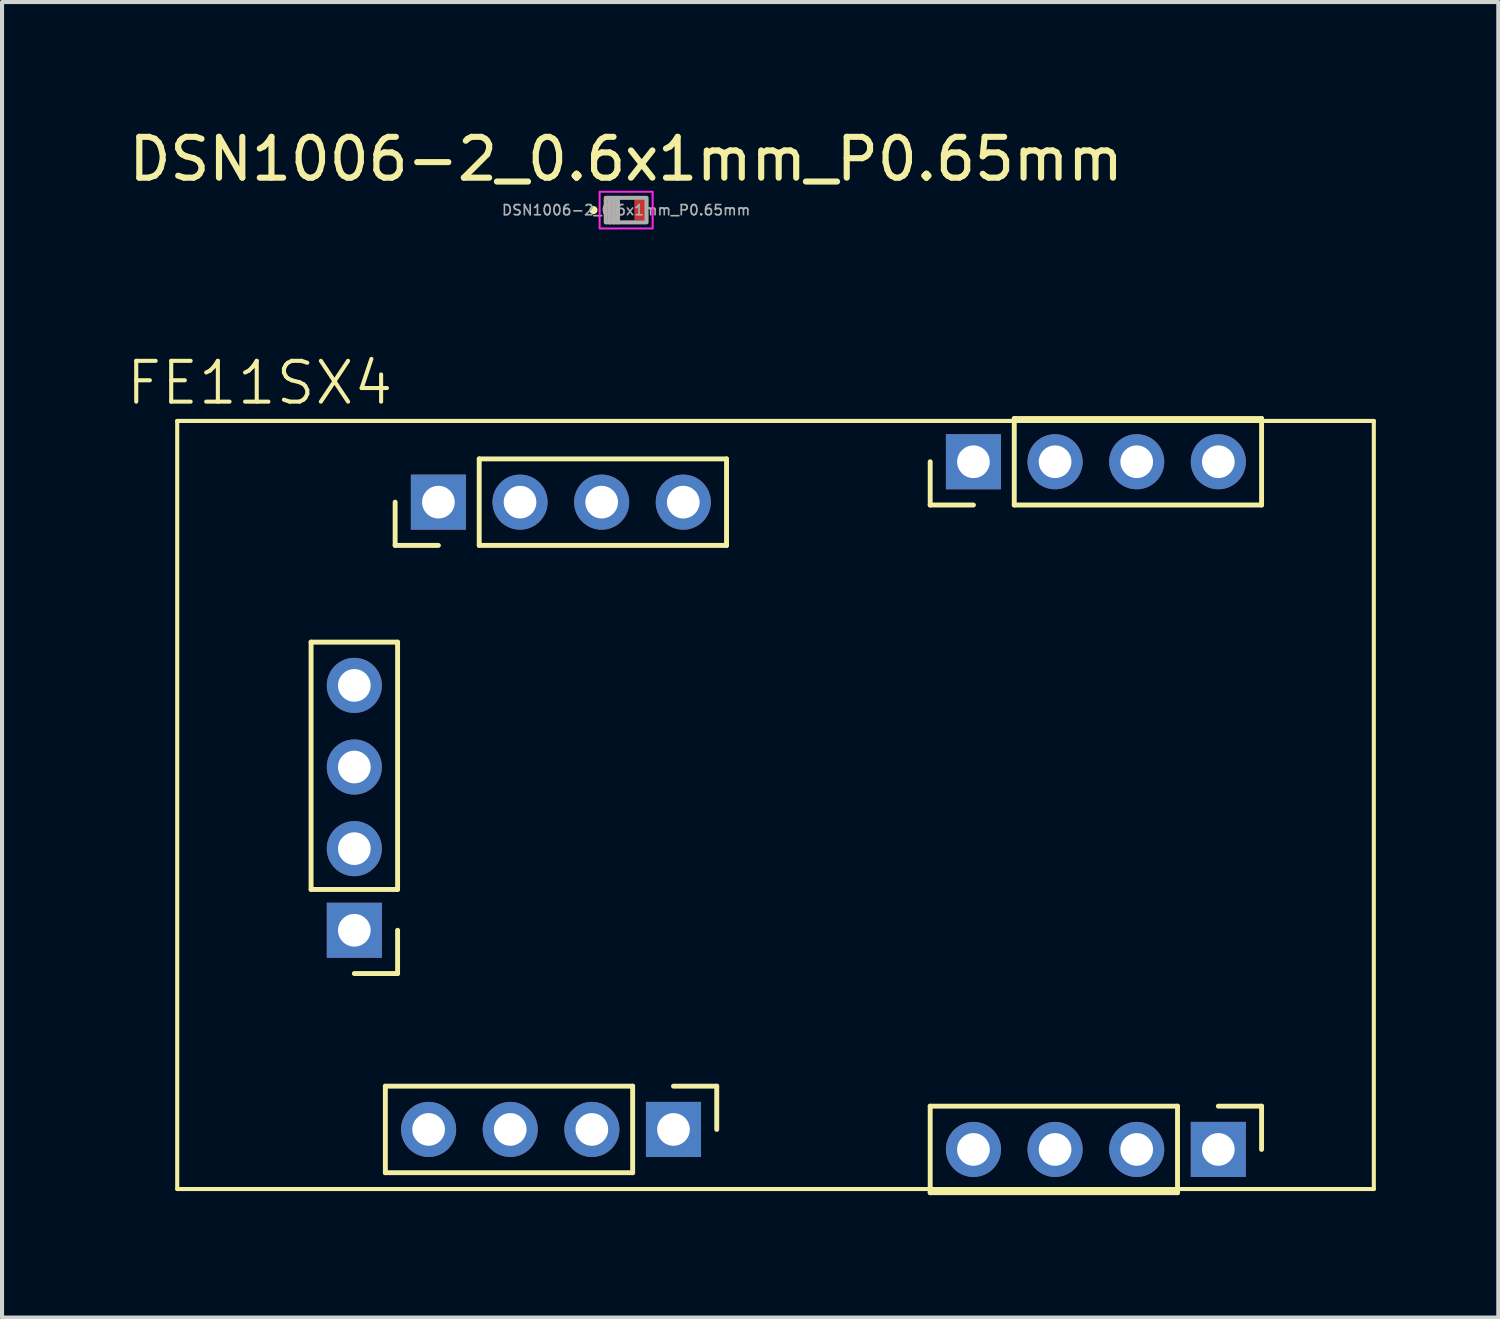
<source format=kicad_pcb>
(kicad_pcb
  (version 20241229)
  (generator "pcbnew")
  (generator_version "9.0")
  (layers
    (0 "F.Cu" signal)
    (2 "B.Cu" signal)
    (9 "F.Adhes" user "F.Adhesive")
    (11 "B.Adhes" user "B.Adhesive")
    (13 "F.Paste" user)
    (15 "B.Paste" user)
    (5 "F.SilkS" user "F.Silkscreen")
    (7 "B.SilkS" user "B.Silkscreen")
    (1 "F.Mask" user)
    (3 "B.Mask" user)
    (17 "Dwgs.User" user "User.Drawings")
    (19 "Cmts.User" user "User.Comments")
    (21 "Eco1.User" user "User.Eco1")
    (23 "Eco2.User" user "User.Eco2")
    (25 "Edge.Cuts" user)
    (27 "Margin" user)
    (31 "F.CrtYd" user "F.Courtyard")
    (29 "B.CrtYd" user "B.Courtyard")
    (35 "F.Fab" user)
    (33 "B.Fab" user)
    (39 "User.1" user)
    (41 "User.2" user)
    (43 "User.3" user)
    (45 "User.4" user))
  (footprint "DSN1006-2_0.6x1mm_P0.65mm"
    (layer "F.Cu")
    (at 12.292 2.098)
    (property "Reference" "DSN1006-2_0.6x1mm_P0.65mm" (at 0 -1.25 0) (unlocked yes) (layer "F.SilkS") (effects (font (size 1 1) (thickness 0.15))))
    (attr smd)
    (fp_circle (center -0.8 0) (end -0.75 0) (stroke (width 0.1) (type solid)) (fill no) (layer "F.SilkS"))
    (fp_rect (start -0.65 -0.45) (end 0.65 0.45) (stroke (width 0.05) (type solid)) (fill no) (layer "F.CrtYd"))
    (fp_line (start -0.4 0.3) (end -0.4 -0.3) (stroke (width 0.1) (type solid)) (layer "F.Fab"))
    (fp_line (start -0.3 0.3) (end -0.3 -0.3) (stroke (width 0.1) (type solid)) (layer "F.Fab"))
    (fp_line (start -0.2 0.3) (end -0.2 -0.3) (stroke (width 0.1) (type solid)) (layer "F.Fab"))
    (fp_rect (start -0.5 -0.3) (end 0.5 0.3) (stroke (width 0.1) (type solid)) (fill no) (layer "F.Fab"))
    (fp_text user "${REFERENCE}" (at 0 0 0) (layer "F.Fab") (effects (font (size 0.25 0.25) (thickness 0.04))))
    (pad "1" smd rect (at -0.35 0) (size 0.3 0.5) (layers "F.Cu" "F.Mask" "F.Paste"))
    (pad "2" smd rect (at 0.35 0) (size 0.3 0.5) (layers "F.Cu" "F.Mask" "F.Paste")))
  (footprint "FE11SX4"
    (layer "F.Cu")
    (at 15.952 16.674)
    (property "Reference" "FE11SX4" (at -12.64 -10.34 0) (unlocked yes) (layer "F.SilkS") (effects (font (size 1 1) (thickness 0.1))))
    (attr through_hole)
    (fp_line (start -14.66 -9.41) (end -14.66 9.41) (stroke (width 0.1) (type solid)) (layer "F.SilkS"))
    (fp_line (start -11.38 2.07) (end -11.38 -3.99) (stroke (width 0.12) (type solid)) (layer "F.SilkS"))
    (fp_line (start -9.56 6.89) (end -9.56 9.01) (stroke (width 0.12) (type solid)) (layer "F.SilkS"))
    (fp_line (start -9.32 -6.36) (end -9.32 -7.42) (stroke (width 0.12) (type solid)) (layer "F.SilkS"))
    (fp_line (start -9.26 -3.99) (end -11.38 -3.99) (stroke (width 0.12) (type solid)) (layer "F.SilkS"))
    (fp_line (start -9.26 2.07) (end -11.38 2.07) (stroke (width 0.12) (type solid)) (layer "F.SilkS"))
    (fp_line (start -9.26 2.07) (end -9.26 -3.99) (stroke (width 0.12) (type solid)) (layer "F.SilkS"))
    (fp_line (start -9.26 3.07) (end -9.26 4.13) (stroke (width 0.12) (type solid)) (layer "F.SilkS"))
    (fp_line (start -9.26 4.13) (end -10.32 4.13) (stroke (width 0.12) (type solid)) (layer "F.SilkS"))
    (fp_line (start -8.26 -6.36) (end -9.32 -6.36) (stroke (width 0.12) (type solid)) (layer "F.SilkS"))
    (fp_line (start -7.26 -8.48) (end -1.2 -8.48) (stroke (width 0.12) (type solid)) (layer "F.SilkS"))
    (fp_line (start -7.26 -6.36) (end -7.26 -8.48) (stroke (width 0.12) (type solid)) (layer "F.SilkS"))
    (fp_line (start -7.26 -6.36) (end -1.2 -6.36) (stroke (width 0.12) (type solid)) (layer "F.SilkS"))
    (fp_line (start -3.5 6.89) (end -9.56 6.89) (stroke (width 0.12) (type solid)) (layer "F.SilkS"))
    (fp_line (start -3.5 6.89) (end -3.5 9.01) (stroke (width 0.12) (type solid)) (layer "F.SilkS"))
    (fp_line (start -3.5 9.01) (end -9.56 9.01) (stroke (width 0.12) (type solid)) (layer "F.SilkS"))
    (fp_line (start -2.5 6.89) (end -1.44 6.89) (stroke (width 0.12) (type solid)) (layer "F.SilkS"))
    (fp_line (start -1.44 6.89) (end -1.44 7.95) (stroke (width 0.12) (type solid)) (layer "F.SilkS"))
    (fp_line (start -1.2 -6.36) (end -1.2 -8.48) (stroke (width 0.12) (type solid)) (layer "F.SilkS"))
    (fp_line (start 3.79 -7.35) (end 3.79 -8.41) (stroke (width 0.12) (type solid)) (layer "F.SilkS"))
    (fp_line (start 3.79 7.38) (end 3.79 9.5) (stroke (width 0.12) (type solid)) (layer "F.SilkS"))
    (fp_line (start 4.85 -7.35) (end 3.79 -7.35) (stroke (width 0.12) (type solid)) (layer "F.SilkS"))
    (fp_line (start 5.85 -9.47) (end 11.91 -9.47) (stroke (width 0.12) (type solid)) (layer "F.SilkS"))
    (fp_line (start 5.85 -7.35) (end 5.85 -9.47) (stroke (width 0.12) (type solid)) (layer "F.SilkS"))
    (fp_line (start 5.85 -7.35) (end 11.91 -7.35) (stroke (width 0.12) (type solid)) (layer "F.SilkS"))
    (fp_line (start 9.85 7.38) (end 3.79 7.38) (stroke (width 0.12) (type solid)) (layer "F.SilkS"))
    (fp_line (start 9.85 7.38) (end 9.85 9.5) (stroke (width 0.12) (type solid)) (layer "F.SilkS"))
    (fp_line (start 9.85 9.5) (end 3.79 9.5) (stroke (width 0.12) (type solid)) (layer "F.SilkS"))
    (fp_line (start 10.85 7.38) (end 11.91 7.38) (stroke (width 0.12) (type solid)) (layer "F.SilkS"))
    (fp_line (start 11.91 -7.35) (end 11.91 -9.47) (stroke (width 0.12) (type solid)) (layer "F.SilkS"))
    (fp_line (start 11.91 7.38) (end 11.91 8.44) (stroke (width 0.12) (type solid)) (layer "F.SilkS"))
    (fp_line (start 14.66 -9.41) (end 14.66 9.41) (stroke (width 0.1) (type solid)) (layer "F.SilkS"))
    (fp_rect (start -14.66 -9.41) (end 14.66 -9.41) (stroke (width 0.1) (type solid)) (fill no) (layer "F.SilkS"))
    (fp_rect (start -14.66 9.41) (end 14.66 9.41) (stroke (width 0.1) (type solid)) (fill no) (layer "F.SilkS"))
    (pad "1" thru_hole rect (at -10.32 3.07 180) (size 1.35 1.35) (drill 0.8) (layers "*.Cu" "*.Mask"))
    (pad "2" thru_hole oval (at -10.32 1.07 180) (size 1.35 1.35) (drill 0.8) (layers "*.Cu" "*.Mask"))
    (pad "3" thru_hole oval (at -10.32 -0.93 180) (size 1.35 1.35) (drill 0.8) (layers "*.Cu" "*.Mask"))
    (pad "4" thru_hole oval (at -10.32 -2.93 180) (size 1.35 1.35) (drill 0.8) (layers "*.Cu" "*.Mask"))
    (pad "5" thru_hole rect (at -8.26 -7.42 90) (size 1.35 1.35) (drill 0.8) (layers "*.Cu" "*.Mask"))
    (pad "6" thru_hole oval (at -6.26 -7.42 90) (size 1.35 1.35) (drill 0.8) (layers "*.Cu" "*.Mask"))
    (pad "7" thru_hole oval (at -4.26 -7.42 90) (size 1.35 1.35) (drill 0.8) (layers "*.Cu" "*.Mask"))
    (pad "8" thru_hole oval (at -2.26 -7.42 90) (size 1.35 1.35) (drill 0.8) (layers "*.Cu" "*.Mask"))
    (pad "9" thru_hole rect (at 4.85 -8.41 90) (size 1.35 1.35) (drill 0.8) (layers "*.Cu" "*.Mask"))
    (pad "10" thru_hole oval (at 6.85 -8.41 90) (size 1.35 1.35) (drill 0.8) (layers "*.Cu" "*.Mask"))
    (pad "11" thru_hole oval (at 8.85 -8.41 90) (size 1.35 1.35) (drill 0.8) (layers "*.Cu" "*.Mask"))
    (pad "12" thru_hole oval (at 10.85 -8.41 90) (size 1.35 1.35) (drill 0.8) (layers "*.Cu" "*.Mask"))
    (pad "13" thru_hole rect (at 10.85 8.44 270) (size 1.35 1.35) (drill 0.8) (layers "*.Cu" "*.Mask"))
    (pad "14" thru_hole oval (at 8.85 8.44 270) (size 1.35 1.35) (drill 0.8) (layers "*.Cu" "*.Mask"))
    (pad "15" thru_hole oval (at 6.85 8.44 270) (size 1.35 1.35) (drill 0.8) (layers "*.Cu" "*.Mask"))
    (pad "16" thru_hole oval (at 4.85 8.44 270) (size 1.35 1.35) (drill 0.8) (layers "*.Cu" "*.Mask"))
    (pad "17" thru_hole rect (at -2.5 7.95 270) (size 1.35 1.35) (drill 0.8) (layers "*.Cu" "*.Mask"))
    (pad "18" thru_hole oval (at -4.5 7.95 270) (size 1.35 1.35) (drill 0.8) (layers "*.Cu" "*.Mask"))
    (pad "19" thru_hole oval (at -6.5 7.95 270) (size 1.35 1.35) (drill 0.8) (layers "*.Cu" "*.Mask"))
    (pad "20" thru_hole oval (at -8.5 7.95 270) (size 1.35 1.35) (drill 0.8) (layers "*.Cu" "*.Mask")))
  (gr_rect
    (start -3 -3)
    (end 33.662 29.234)
    (stroke (width 0.1) (type default))
    (fill no)
    (layer "Edge.Cuts")))
</source>
